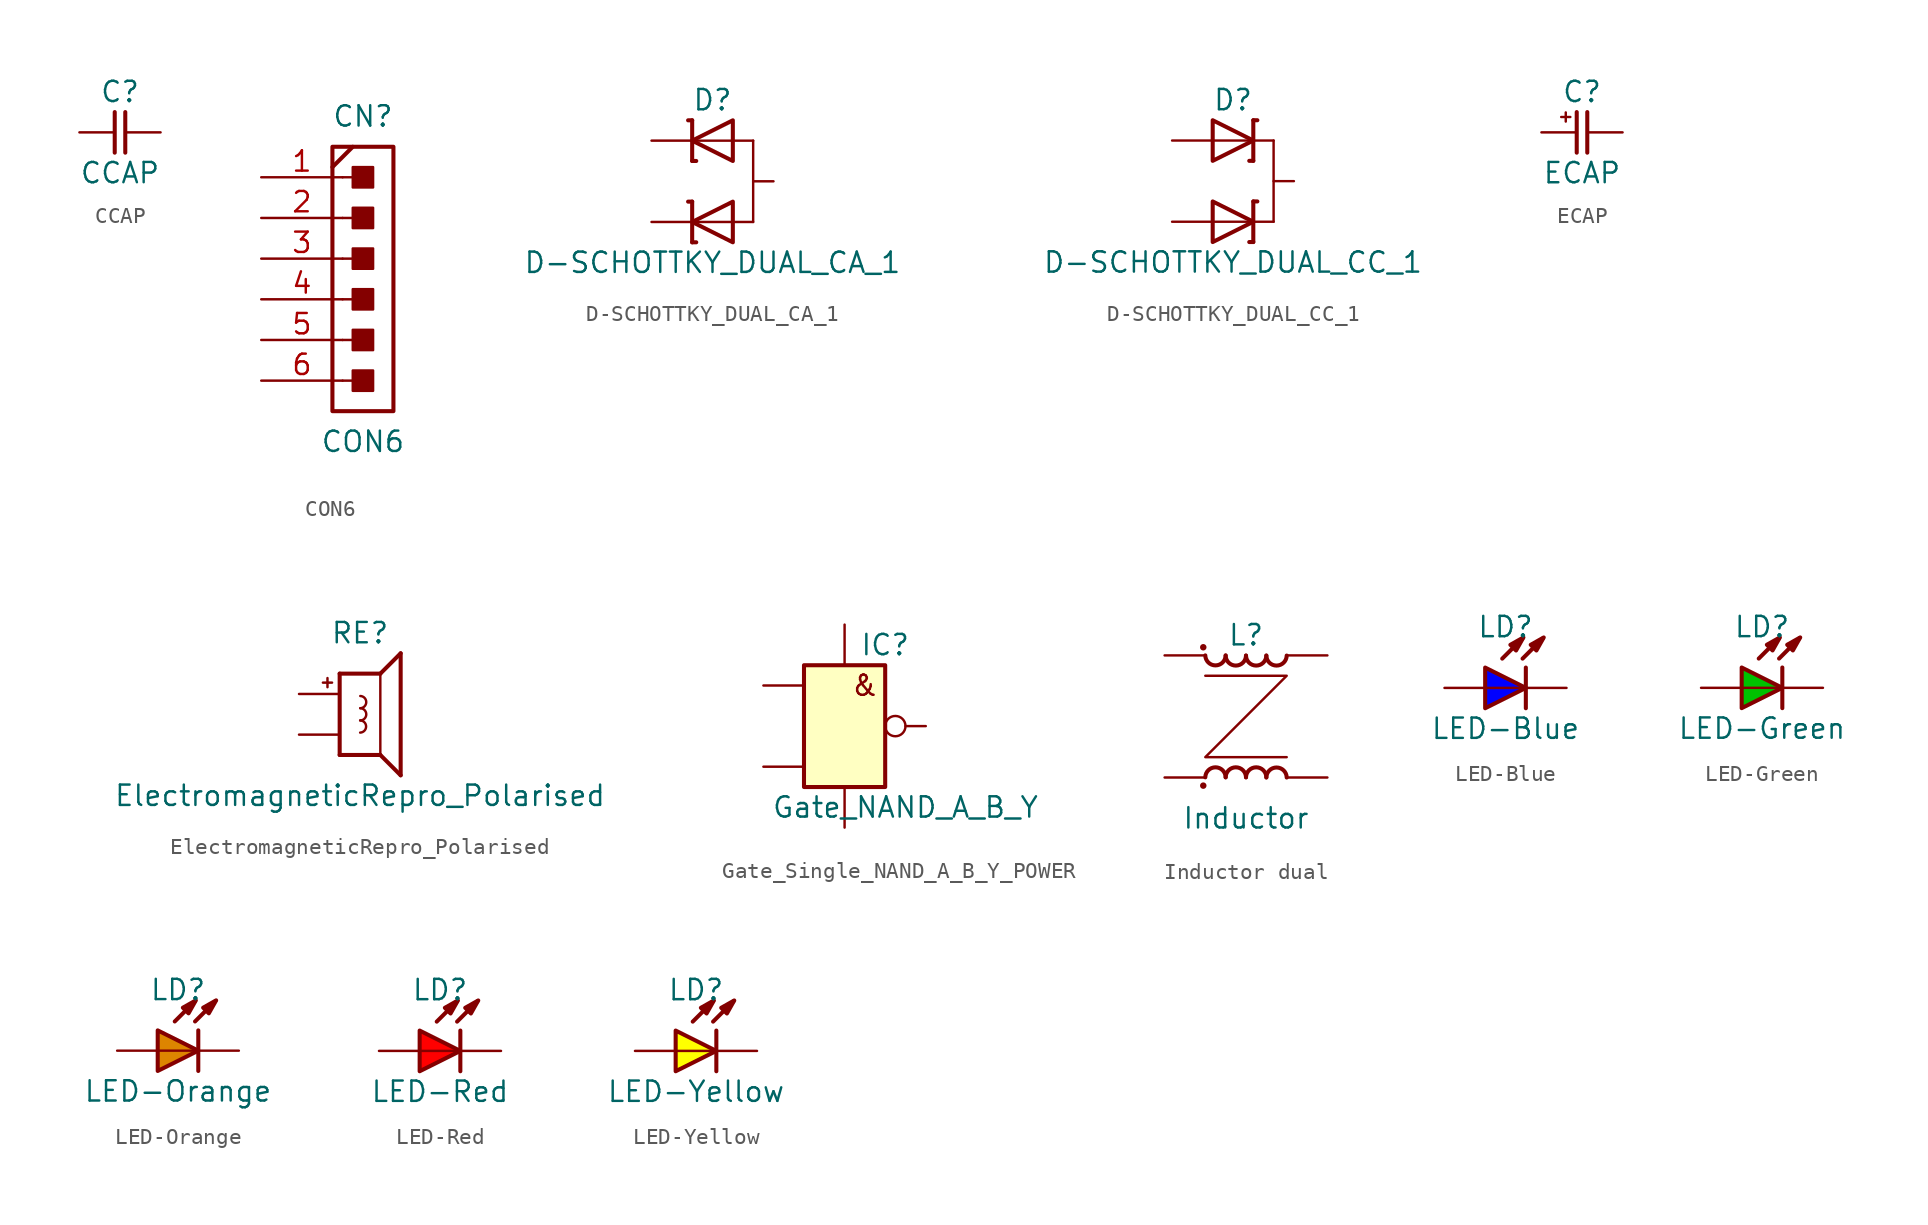
<source format=kicad_sym>
(kicad_symbol_lib
  (version 20220914)
  (generator kicad_symbol_editor)
  (symbol "CCAP"
    (pin_numbers hide)
    (pin_names
      (offset 0) hide)
    (property "Reference" "C"
      (at 0 2.54 0)
      (effects (font (size 1.27 1.27))))
    (property "Value" "CCAP"
      (at 0 -2.54 0)
      (effects (font (size 1.27 1.27))))
    (symbol "CCAP_0_1"
      (polyline (pts (xy -0.33 1.27) (xy -0.33 -1.27)) (stroke (width 0.254) (type default)) (fill (type none)))
      (polyline (pts (xy 0.33 1.27) (xy 0.33 -1.27)) (stroke (width 0.254) (type default)) (fill (type none))))
    (symbol "CCAP_1_1"
      (pin passive line (at -2.54 0 0) (length 2.21) (name "1" (effects (font (size 1.27 1.27)))) (number "1" (effects (font (size 1.27 1.27)))))
      (pin passive line (at 2.54 0 180) (length 2.21) (name "2" (effects (font (size 1.27 1.27)))) (number "2" (effects (font (size 1.27 1.27)))))))
  (symbol "CON6"
    (pin_names
      (offset 1.016) hide)
    (property "Reference" "CN"
      (at 0 10.16 0)
      (effects (font (size 1.27 1.27))))
    (property "Value" "CON6"
      (at 0 -10.16 0)
      (effects (font (size 1.27 1.27))))
    (symbol "CON6_1_0"
      (polyline (pts (xy -1.905 6.985) (xy -0.635 8.255)) (stroke (width 0.254) (type default)) (fill (type none)))
      (polyline (pts (xy -1.27 -6.35) (xy 0 -6.35)) (stroke (width 0) (type default)) (fill (type none)))
      (polyline (pts (xy -1.27 -3.81) (xy 0 -3.81)) (stroke (width 0) (type default)) (fill (type none)))
      (polyline (pts (xy -1.27 -1.27) (xy 0 -1.27)) (stroke (width 0) (type default)) (fill (type none)))
      (polyline (pts (xy -1.27 1.27) (xy 0 1.27)) (stroke (width 0) (type default)) (fill (type none)))
      (polyline (pts (xy -1.27 3.81) (xy 0 3.81)) (stroke (width 0) (type default)) (fill (type none)))
      (polyline (pts (xy -1.27 6.35) (xy 0 6.35)) (stroke (width 0) (type default)) (fill (type none))))
    (symbol "CON6_1_1"
      (rectangle (start -1.905 8.255) (end 1.905 -8.255) (stroke (width 0.254) (type default)) (fill (type none)))
      (rectangle (start -0.635 -6.985) (end 0.635 -5.715) (stroke (width 0) (type default)) (fill (type outline)))
      (rectangle (start -0.635 -4.445) (end 0.635 -3.175) (stroke (width 0) (type default)) (fill (type outline)))
      (rectangle (start -0.635 -1.905) (end 0.635 -0.635) (stroke (width 0) (type default)) (fill (type outline)))
      (rectangle (start -0.635 0.635) (end 0.635 1.905) (stroke (width 0) (type default)) (fill (type outline)))
      (rectangle (start -0.635 3.175) (end 0.635 4.445) (stroke (width 0) (type default)) (fill (type outline)))
      (rectangle (start -0.635 5.715) (end 0.635 6.985) (stroke (width 0) (type default)) (fill (type outline)))
      (pin passive line (at -6.35 6.35 0) (length 5.08) (name "1" (effects (font (size 1.27 1.27)))) (number "1" (effects (font (size 1.27 1.27)))))
      (pin passive line (at -6.35 3.81 0) (length 5.08) (name "2" (effects (font (size 1.27 1.27)))) (number "2" (effects (font (size 1.27 1.27)))))
      (pin passive line (at -6.35 1.27 0) (length 5.08) (name "3" (effects (font (size 1.27 1.27)))) (number "3" (effects (font (size 1.27 1.27)))))
      (pin passive line (at -6.35 -1.27 0) (length 5.08) (name "4" (effects (font (size 1.27 1.27)))) (number "4" (effects (font (size 1.27 1.27)))))
      (pin passive line (at -6.35 -3.81 0) (length 5.08) (name "5" (effects (font (size 1.27 1.27)))) (number "5" (effects (font (size 1.27 1.27)))))
      (pin passive line (at -6.35 -6.35 0) (length 5.08) (name "6" (effects (font (size 1.27 1.27)))) (number "6" (effects (font (size 1.27 1.27)))))))
  (symbol "D-SCHOTTKY_DUAL_CA_1"
    (pin_numbers hide)
    (pin_names
      (offset 1.016) hide)
    (property "Reference" "D"
      (at 0 2.54 0)
      (effects (font (size 1.27 1.27))))
    (property "Value" "D-SCHOTTKY_DUAL_CA_1"
      (at 0 -7.62 0)
      (effects (font (size 1.27 1.27))))
    (symbol "D-SCHOTTKY_DUAL_CA_1_0_0"
      (polyline (pts (xy -1.27 -5.08) (xy 1.27 -5.08)) (stroke (width 0.152) (type default)) (fill (type none)))
      (polyline (pts (xy -1.27 0) (xy 1.27 0)) (stroke (width 0.152) (type default)) (fill (type none)))
      (polyline (pts (xy 2.54 -5.08) (xy 1.27 -5.08)) (stroke (width 0.152) (type default)) (fill (type none)))
      (polyline (pts (xy 2.54 0) (xy 1.27 0)) (stroke (width 0.152) (type default)) (fill (type none)))
      (polyline (pts (xy 2.54 0) (xy 2.54 -5.08)) (stroke (width 0.152) (type default)) (fill (type none))))
    (symbol "D-SCHOTTKY_DUAL_CA_1_0_1"
      (polyline (pts (xy -1.524 -3.81) (xy -1.27 -3.81)) (stroke (width 0.254) (type default)) (fill (type none)))
      (polyline (pts (xy -1.524 1.27) (xy -1.27 1.27)) (stroke (width 0.254) (type default)) (fill (type none)))
      (polyline (pts (xy -1.27 -6.35) (xy -1.016 -6.35)) (stroke (width 0.254) (type default)) (fill (type none)))
      (polyline (pts (xy -1.27 -3.81) (xy -1.27 -6.35)) (stroke (width 0.254) (type default)) (fill (type none)))
      (polyline (pts (xy -1.27 -1.27) (xy -1.016 -1.27)) (stroke (width 0.254) (type default)) (fill (type none)))
      (polyline (pts (xy -1.27 1.27) (xy -1.27 -1.27)) (stroke (width 0.254) (type default)) (fill (type none)))
      (polyline (pts (xy 1.27 -3.81) (xy 1.27 -6.35) (xy -1.27 -5.08) (xy 1.27 -3.81)) (stroke (width 0.254) (type default)) (fill (type none)))
      (polyline (pts (xy 1.27 1.27) (xy 1.27 -1.27) (xy -1.27 0) (xy 1.27 1.27)) (stroke (width 0.254) (type default)) (fill (type none))))
    (symbol "D-SCHOTTKY_DUAL_CA_1_1_1"
      (pin passive line (at -3.81 0 0) (length 2.54) (name "C1" (effects (font (size 1.27 1.27)))) (number "1" (effects (font (size 1.27 1.27)))))
      (pin passive line (at -3.81 -5.08 0) (length 2.54) (name "C2" (effects (font (size 1.27 1.27)))) (number "2" (effects (font (size 1.27 1.27)))))
      (pin passive line (at 3.81 -2.54 180) (length 1.27) (name "CA" (effects (font (size 1.27 1.27)))) (number "3" (effects (font (size 1.27 1.27)))))))
  (symbol "D-SCHOTTKY_DUAL_CC_1"
    (pin_numbers hide)
    (pin_names
      (offset 1.016) hide)
    (property "Reference" "D"
      (at 0 2.54 0)
      (effects (font (size 1.27 1.27))))
    (property "Value" "D-SCHOTTKY_DUAL_CC_1"
      (at 0 -7.62 0)
      (effects (font (size 1.27 1.27))))
    (symbol "D-SCHOTTKY_DUAL_CC_1_0_0"
      (polyline (pts (xy 1.27 -5.08) (xy -1.27 -5.08)) (stroke (width 0.152) (type default)) (fill (type none)))
      (polyline (pts (xy 1.27 0) (xy -1.27 0)) (stroke (width 0.152) (type default)) (fill (type none)))
      (polyline (pts (xy 2.54 -5.08) (xy 1.27 -5.08)) (stroke (width 0.152) (type default)) (fill (type none)))
      (polyline (pts (xy 2.54 0) (xy 1.27 0)) (stroke (width 0.152) (type default)) (fill (type none)))
      (polyline (pts (xy 2.54 0) (xy 2.54 -5.08)) (stroke (width 0.152) (type default)) (fill (type none))))
    (symbol "D-SCHOTTKY_DUAL_CC_1_0_1"
      (polyline (pts (xy 1.27 -6.35) (xy 1.016 -6.35)) (stroke (width 0.254) (type default)) (fill (type none)))
      (polyline (pts (xy 1.27 -3.81) (xy 1.27 -6.35)) (stroke (width 0.254) (type default)) (fill (type none)))
      (polyline (pts (xy 1.27 -1.27) (xy 1.016 -1.27)) (stroke (width 0.254) (type default)) (fill (type none)))
      (polyline (pts (xy 1.27 1.27) (xy 1.27 -1.27)) (stroke (width 0.254) (type default)) (fill (type none)))
      (polyline (pts (xy 1.524 -3.81) (xy 1.27 -3.81)) (stroke (width 0.254) (type default)) (fill (type none)))
      (polyline (pts (xy 1.524 1.27) (xy 1.27 1.27)) (stroke (width 0.254) (type default)) (fill (type none)))
      (polyline (pts (xy -1.27 -3.81) (xy -1.27 -6.35) (xy 1.27 -5.08) (xy -1.27 -3.81)) (stroke (width 0.254) (type default)) (fill (type none)))
      (polyline (pts (xy -1.27 1.27) (xy -1.27 -1.27) (xy 1.27 0) (xy -1.27 1.27)) (stroke (width 0.254) (type default)) (fill (type none))))
    (symbol "D-SCHOTTKY_DUAL_CC_1_1_1"
      (pin passive line (at -3.81 0 0) (length 2.54) (name "A1" (effects (font (size 1.27 1.27)))) (number "1" (effects (font (size 1.27 1.27)))))
      (pin passive line (at -3.81 -5.08 0) (length 2.54) (name "A2" (effects (font (size 1.27 1.27)))) (number "2" (effects (font (size 1.27 1.27)))))
      (pin passive line (at 3.81 -2.54 180) (length 1.27) (name "CC" (effects (font (size 1.27 1.27)))) (number "3" (effects (font (size 1.27 1.27)))))))
  (symbol "ECAP"
    (pin_numbers hide)
    (pin_names
      (offset 0) hide)
    (property "Reference" "C"
      (at 0 2.54 0)
      (effects (font (size 1.27 1.27))))
    (property "Value" "ECAP"
      (at 0 -2.54 0)
      (effects (font (size 1.27 1.27))))
    (symbol "ECAP_0_0"
      (text "+" (at -1.016 1.016 0) (effects (font (size 0.75 0.75)))))
    (symbol "ECAP_0_1"
      (polyline (pts (xy -0.33 1.27) (xy -0.33 -1.27)) (stroke (width 0.254) (type default)) (fill (type none)))
      (polyline (pts (xy 0.33 1.27) (xy 0.33 -1.27)) (stroke (width 0.254) (type default)) (fill (type none))))
    (symbol "ECAP_1_1"
      (pin passive line (at -2.54 0 0) (length 2.21) (name "1" (effects (font (size 1.27 1.27)))) (number "1" (effects (font (size 1.27 1.27)))))
      (pin passive line (at 2.54 0 180) (length 2.21) (name "2" (effects (font (size 1.27 1.27)))) (number "2" (effects (font (size 1.27 1.27)))))))
  (symbol "ElectromagneticRepro_Polarised"
    (pin_numbers hide)
    (pin_names
      (offset 1.016) hide)
    (property "Reference" "RE"
      (at 0 5.08 0)
      (effects (font (size 1.27 1.27))))
    (property "Value" "ElectromagneticRepro_Polarised"
      (at 0 -5.08 0)
      (effects (font (size 1.27 1.27))))
    (symbol "ElectromagneticRepro_Polarised_0_0"
      (text "+" (at -2.032 2.032 0) (effects (font (size 0.75 0.75)))))
    (symbol "ElectromagneticRepro_Polarised_0_1"
      (arc (start 0.0087 -1.143) (mid 0.3811 -0.762) (end 0.0087 -0.381) (stroke (width 0) (type default)) (fill (type none)))
      (arc (start 0.0174 -0.381) (mid 0.3898 0) (end 0.0174 0.381) (stroke (width 0) (type default)) (fill (type none)))
      (arc (start 0.0174 0.381) (mid 0.3898 0.762) (end 0.0174 1.143) (stroke (width 0) (type default)) (fill (type none))))
    (symbol "ElectromagneticRepro_Polarised_1_0"
      (polyline (pts (xy -1.27 -2.54) (xy -1.27 2.54)) (stroke (width 0.254) (type default)) (fill (type none)))
      (polyline (pts (xy -1.27 -2.54) (xy 1.27 -2.54)) (stroke (width 0.254) (type default)) (fill (type none)))
      (polyline (pts (xy 1.27 -2.54) (xy 1.27 2.54)) (stroke (width 0.152) (type default)) (fill (type none)))
      (polyline (pts (xy 1.27 2.54) (xy -1.27 2.54)) (stroke (width 0.254) (type default)) (fill (type none)))
      (polyline (pts (xy 1.27 2.54) (xy 2.54 3.81)) (stroke (width 0.254) (type default)) (fill (type none)))
      (polyline (pts (xy 2.54 -3.81) (xy 1.27 -2.54)) (stroke (width 0.254) (type default)) (fill (type none)))
      (polyline (pts (xy 2.54 3.81) (xy 2.54 -3.81)) (stroke (width 0.254) (type default)) (fill (type none))))
    (symbol "ElectromagneticRepro_Polarised_1_1"
      (pin passive line (at -3.81 1.27 0) (length 2.54) (name "1" (effects (font (size 1.27 1.27)))) (number "1" (effects (font (size 1.27 1.27)))))
      (pin passive line (at -3.81 -1.27 0) (length 2.54) (name "2" (effects (font (size 1.27 1.27)))) (number "2" (effects (font (size 1.27 1.27)))))))
  (symbol "Gate_Single_NAND_A_B_Y_POWER"
    (pin_numbers hide)
    (pin_names
      (offset 1.016) hide)
    (property "Reference" "IC"
      (at 2.54 5.08 0)
      (effects (font (size 1.27 1.27))))
    (property "Value" "Gate_NAND_A_B_Y"
      (at 3.81 -5.08 0)
      (effects (font (size 1.27 1.27))))
    (symbol "Gate_Single_NAND_A_B_Y_POWER_0_1"
      (rectangle (start -2.54 3.81) (end 2.54 -3.81) (stroke (width 0.254) (type default)) (fill (type background))))
    (symbol "Gate_Single_NAND_A_B_Y_POWER_1_1"
      (text "&" (at 1.27 2.54 0) (effects (font (size 1.27 1.27))))
      (pin input line (at -5.08 2.54 0) (length 2.54) (name "A" (effects (font (size 1.27 1.27)))) (number "" (effects (font (size 1.27 1.27)))))
      (pin input line (at -5.08 -2.54 0) (length 2.54) (name "B" (effects (font (size 1.27 1.27)))) (number "" (effects (font (size 1.27 1.27)))))
      (pin power_in line (at 0 -6.35 90) (length 2.54) (name "GND" (effects (font (size 1.27 1.27)))) (number "" (effects (font (size 1.27 1.27)))))
      (pin power_in line (at 0 6.35 270) (length 2.54) (name "VCC" (effects (font (size 1.27 1.27)))) (number "" (effects (font (size 1.27 1.27)))))
      (pin output inverted (at 5.08 0 180) (length 2.54) (name "Y" (effects (font (size 1.27 1.27)))) (number "" (effects (font (size 1.27 1.27)))))))
  (symbol "Inductor dual"
    (pin_numbers hide)
    (pin_names
      (offset 0) hide)
    (property "Reference" "L"
      (at 0 5.08 0)
      (effects (font (size 1.27 1.27))))
    (property "Value" "Inductor"
      (at 0 -6.35 0)
      (effects (font (size 1.27 1.27))))
    (symbol "Inductor dual_0_1"
      (polyline (pts (xy -2.54 2.54) (xy 2.54 2.54) (xy -2.54 -2.54) (xy 2.54 -2.54)) (stroke (width 0) (type default)) (fill (type none))))
    (symbol "Inductor dual_1_1"
      (circle (center -2.667 -4.318) (radius 0.127) (stroke (width 0) (type default)) (fill (type outline)))
      (circle (center -2.667 4.318) (radius 0.127) (stroke (width 0) (type default)) (fill (type outline)))
      (arc (start -2.54 3.81) (mid -1.905 3.1862) (end -1.27 3.81) (stroke (width 0.254) (type default)) (fill (type none)))
      (arc (start -1.27 -3.7987) (mid -1.905 -3.1749) (end -2.54 -3.7987) (stroke (width 0.254) (type default)) (fill (type none)))
      (arc (start -1.27 3.7987) (mid -0.635 3.1749) (end 0 3.7987) (stroke (width 0.254) (type default)) (fill (type none)))
      (arc (start 0 -3.7987) (mid -0.635 -3.1749) (end -1.27 -3.7987) (stroke (width 0.254) (type default)) (fill (type none)))
      (arc (start 0 3.7987) (mid 0.635 3.1749) (end 1.27 3.7987) (stroke (width 0.254) (type default)) (fill (type none)))
      (arc (start 1.27 -3.7987) (mid 0.635 -3.1749) (end 0 -3.7987) (stroke (width 0.254) (type default)) (fill (type none)))
      (arc (start 1.27 3.7987) (mid 1.905 3.1749) (end 2.54 3.7987) (stroke (width 0.254) (type default)) (fill (type none)))
      (arc (start 2.54 -3.81) (mid 1.905 -3.1862) (end 1.27 -3.81) (stroke (width 0.254) (type default)) (fill (type none)))
      (pin passive line (at -5.08 3.81 0) (length 2.54) (name "1" (effects (font (size 1.27 1.27)))) (number "1" (effects (font (size 1.27 1.27)))))
      (pin passive line (at -5.08 -3.81 0) (length 2.54) (name "2" (effects (font (size 1.27 1.27)))) (number "2" (effects (font (size 1.27 1.27)))))
      (pin passive line (at 5.08 3.81 180) (length 2.54) (name "3" (effects (font (size 1.27 1.27)))) (number "3" (effects (font (size 1.27 1.27)))))
      (pin passive line (at 5.08 -3.81 180) (length 2.54) (name "4" (effects (font (size 1.27 1.27)))) (number "4" (effects (font (size 1.27 1.27)))))))
  (symbol "LED-Blue"
    (pin_numbers hide)
    (pin_names
      (offset 1.016) hide)
    (property "Reference" "LD"
      (at 0 3.81 0)
      (effects (font (size 1.27 1.27))))
    (property "Value" "LED-Blue"
      (at 0 -2.54 0)
      (effects (font (size 1.27 1.27))))
    (symbol "LED-Blue_0_0"
      (polyline (pts (xy -0.203 1.829) (xy 1.067 3.099)) (stroke (width 0.254) (type default)) (fill (type none)))
      (polyline (pts (xy 1.067 1.829) (xy 2.337 3.099)) (stroke (width 0.254) (type default)) (fill (type none)))
      (polyline (pts (xy 1.27 0) (xy -1.27 0)) (stroke (width 0.152) (type default)) (fill (type none)))
      (polyline (pts (xy 1.118 3.15) (xy 0.66 2.337) (xy 0.305 2.692) (xy 1.118 3.15)) (stroke (width 0.254) (type default)) (fill (type outline)))
      (polyline (pts (xy 2.388 3.15) (xy 1.93 2.337) (xy 1.575 2.692) (xy 2.388 3.15)) (stroke (width 0.254) (type default)) (fill (type outline))))
    (symbol "LED-Blue_0_1"
      (polyline (pts (xy 1.27 1.27) (xy 1.27 -1.27)) (stroke (width 0.254) (type default)) (fill (type none))))
    (symbol "LED-Blue_1_1"
      (polyline (pts (xy -1.27 1.27) (xy -1.27 -1.27) (xy 1.27 0) (xy -1.27 1.27)) (stroke (width 0.254) (type default)) (fill (type color) (color 0 0 255 1)))
      (pin passive line (at 3.81 0 180) (length 2.54) (name "C" (effects (font (size 1.27 1.27)))) (number "1" (effects (font (size 1.27 1.27)))))
      (pin passive line (at -3.81 0 0) (length 2.54) (name "A" (effects (font (size 1.27 1.27)))) (number "2" (effects (font (size 1.27 1.27)))))))
  (symbol "LED-Green"
    (pin_numbers hide)
    (pin_names
      (offset 1.016) hide)
    (property "Reference" "LD"
      (at 0 3.81 0)
      (effects (font (size 1.27 1.27))))
    (property "Value" "LED-Green"
      (at 0 -2.54 0)
      (effects (font (size 1.27 1.27))))
    (symbol "LED-Green_0_0"
      (polyline (pts (xy -0.203 1.829) (xy 1.067 3.099)) (stroke (width 0.254) (type default)) (fill (type none)))
      (polyline (pts (xy 1.067 1.829) (xy 2.337 3.099)) (stroke (width 0.254) (type default)) (fill (type none)))
      (polyline (pts (xy 1.27 0) (xy -1.27 0)) (stroke (width 0.152) (type default)) (fill (type none)))
      (polyline (pts (xy 1.118 3.15) (xy 0.66 2.337) (xy 0.305 2.692) (xy 1.118 3.15)) (stroke (width 0.254) (type default)) (fill (type outline)))
      (polyline (pts (xy 2.388 3.15) (xy 1.93 2.337) (xy 1.575 2.692) (xy 2.388 3.15)) (stroke (width 0.254) (type default)) (fill (type outline))))
    (symbol "LED-Green_0_1"
      (polyline (pts (xy 1.27 1.27) (xy 1.27 -1.27)) (stroke (width 0.254) (type default)) (fill (type none)))
      (polyline (pts (xy -1.27 1.27) (xy -1.27 -1.27) (xy 1.27 0) (xy -1.27 1.27)) (stroke (width 0.254) (type default)) (fill (type color) (color 0 194 0 1))))
    (symbol "LED-Green_1_1"
      (pin passive line (at 3.81 0 180) (length 2.54) (name "C" (effects (font (size 1.27 1.27)))) (number "1" (effects (font (size 1.27 1.27)))))
      (pin passive line (at -3.81 0 0) (length 2.54) (name "A" (effects (font (size 1.27 1.27)))) (number "2" (effects (font (size 1.27 1.27)))))))
  (symbol "LED-Orange"
    (pin_numbers hide)
    (pin_names
      (offset 1.016) hide)
    (property "Reference" "LD"
      (at 0 3.81 0)
      (effects (font (size 1.27 1.27))))
    (property "Value" "LED-Orange"
      (at 0 -2.54 0)
      (effects (font (size 1.27 1.27))))
    (symbol "LED-Orange_0_0"
      (polyline (pts (xy -0.203 1.829) (xy 1.067 3.099)) (stroke (width 0.254) (type default)) (fill (type none)))
      (polyline (pts (xy 1.067 1.829) (xy 2.337 3.099)) (stroke (width 0.254) (type default)) (fill (type none)))
      (polyline (pts (xy 1.27 0) (xy -1.27 0)) (stroke (width 0.152) (type default)) (fill (type none)))
      (polyline (pts (xy 1.118 3.15) (xy 0.66 2.337) (xy 0.305 2.692) (xy 1.118 3.15)) (stroke (width 0.254) (type default)) (fill (type outline)))
      (polyline (pts (xy 2.388 3.15) (xy 1.93 2.337) (xy 1.575 2.692) (xy 2.388 3.15)) (stroke (width 0.254) (type default)) (fill (type outline))))
    (symbol "LED-Orange_0_1"
      (polyline (pts (xy 1.27 1.27) (xy 1.27 -1.27)) (stroke (width 0.254) (type default)) (fill (type none))))
    (symbol "LED-Orange_1_1"
      (polyline (pts (xy -1.27 1.27) (xy -1.27 -1.27) (xy 1.27 0) (xy -1.27 1.27)) (stroke (width 0.254) (type default)) (fill (type color) (color 221 133 0 1)))
      (pin passive line (at 3.81 0 180) (length 2.54) (name "C" (effects (font (size 1.27 1.27)))) (number "1" (effects (font (size 1.27 1.27)))))
      (pin passive line (at -3.81 0 0) (length 2.54) (name "A" (effects (font (size 1.27 1.27)))) (number "2" (effects (font (size 1.27 1.27)))))))
  (symbol "LED-Red"
    (pin_numbers hide)
    (pin_names
      (offset 1.016) hide)
    (property "Reference" "LD"
      (at 0 3.81 0)
      (effects (font (size 1.27 1.27))))
    (property "Value" "LED-Red"
      (at 0 -2.54 0)
      (effects (font (size 1.27 1.27))))
    (symbol "LED-Red_0_0"
      (polyline (pts (xy -0.203 1.829) (xy 1.067 3.099)) (stroke (width 0.254) (type default)) (fill (type none)))
      (polyline (pts (xy 1.067 1.829) (xy 2.337 3.099)) (stroke (width 0.254) (type default)) (fill (type none)))
      (polyline (pts (xy 1.27 0) (xy -1.27 0)) (stroke (width 0.152) (type default)) (fill (type none)))
      (polyline (pts (xy 1.118 3.15) (xy 0.66 2.337) (xy 0.305 2.692) (xy 1.118 3.15)) (stroke (width 0.254) (type default)) (fill (type outline)))
      (polyline (pts (xy 2.388 3.15) (xy 1.93 2.337) (xy 1.575 2.692) (xy 2.388 3.15)) (stroke (width 0.254) (type default)) (fill (type outline))))
    (symbol "LED-Red_0_1"
      (polyline (pts (xy 1.27 1.27) (xy 1.27 -1.27)) (stroke (width 0.254) (type default)) (fill (type none)))
      (polyline (pts (xy -1.27 1.27) (xy -1.27 -1.27) (xy 1.27 0) (xy -1.27 1.27)) (stroke (width 0.254) (type default)) (fill (type color) (color 255 0 0 1))))
    (symbol "LED-Red_1_1"
      (pin passive line (at 3.81 0 180) (length 2.54) (name "C" (effects (font (size 1.27 1.27)))) (number "1" (effects (font (size 1.27 1.27)))))
      (pin passive line (at -3.81 0 0) (length 2.54) (name "A" (effects (font (size 1.27 1.27)))) (number "2" (effects (font (size 1.27 1.27)))))))
  (symbol "LED-Yellow"
    (pin_numbers hide)
    (pin_names
      (offset 1.016) hide)
    (property "Reference" "LD"
      (at 0 3.81 0)
      (effects (font (size 1.27 1.27))))
    (property "Value" "LED-Yellow"
      (at 0 -2.54 0)
      (effects (font (size 1.27 1.27))))
    (symbol "LED-Yellow_0_0"
      (polyline (pts (xy -0.203 1.829) (xy 1.067 3.099)) (stroke (width 0.254) (type default)) (fill (type none)))
      (polyline (pts (xy 1.067 1.829) (xy 2.337 3.099)) (stroke (width 0.254) (type default)) (fill (type none)))
      (polyline (pts (xy 1.27 0) (xy -1.27 0)) (stroke (width 0.152) (type default)) (fill (type none)))
      (polyline (pts (xy 1.118 3.15) (xy 0.66 2.337) (xy 0.305 2.692) (xy 1.118 3.15)) (stroke (width 0.254) (type default)) (fill (type outline)))
      (polyline (pts (xy 2.388 3.15) (xy 1.93 2.337) (xy 1.575 2.692) (xy 2.388 3.15)) (stroke (width 0.254) (type default)) (fill (type outline))))
    (symbol "LED-Yellow_0_1"
      (polyline (pts (xy 1.27 1.27) (xy 1.27 -1.27)) (stroke (width 0.254) (type default)) (fill (type none))))
    (symbol "LED-Yellow_1_1"
      (polyline (pts (xy -1.27 1.27) (xy -1.27 -1.27) (xy 1.27 0) (xy -1.27 1.27)) (stroke (width 0.254) (type default)) (fill (type color) (color 255 255 0 1)))
      (pin passive line (at 3.81 0 180) (length 2.54) (name "C" (effects (font (size 1.27 1.27)))) (number "1" (effects (font (size 1.27 1.27)))))
      (pin passive line (at -3.81 0 0) (length 2.54) (name "A" (effects (font (size 1.27 1.27)))) (number "2" (effects (font (size 1.27 1.27))))))))
</source>
